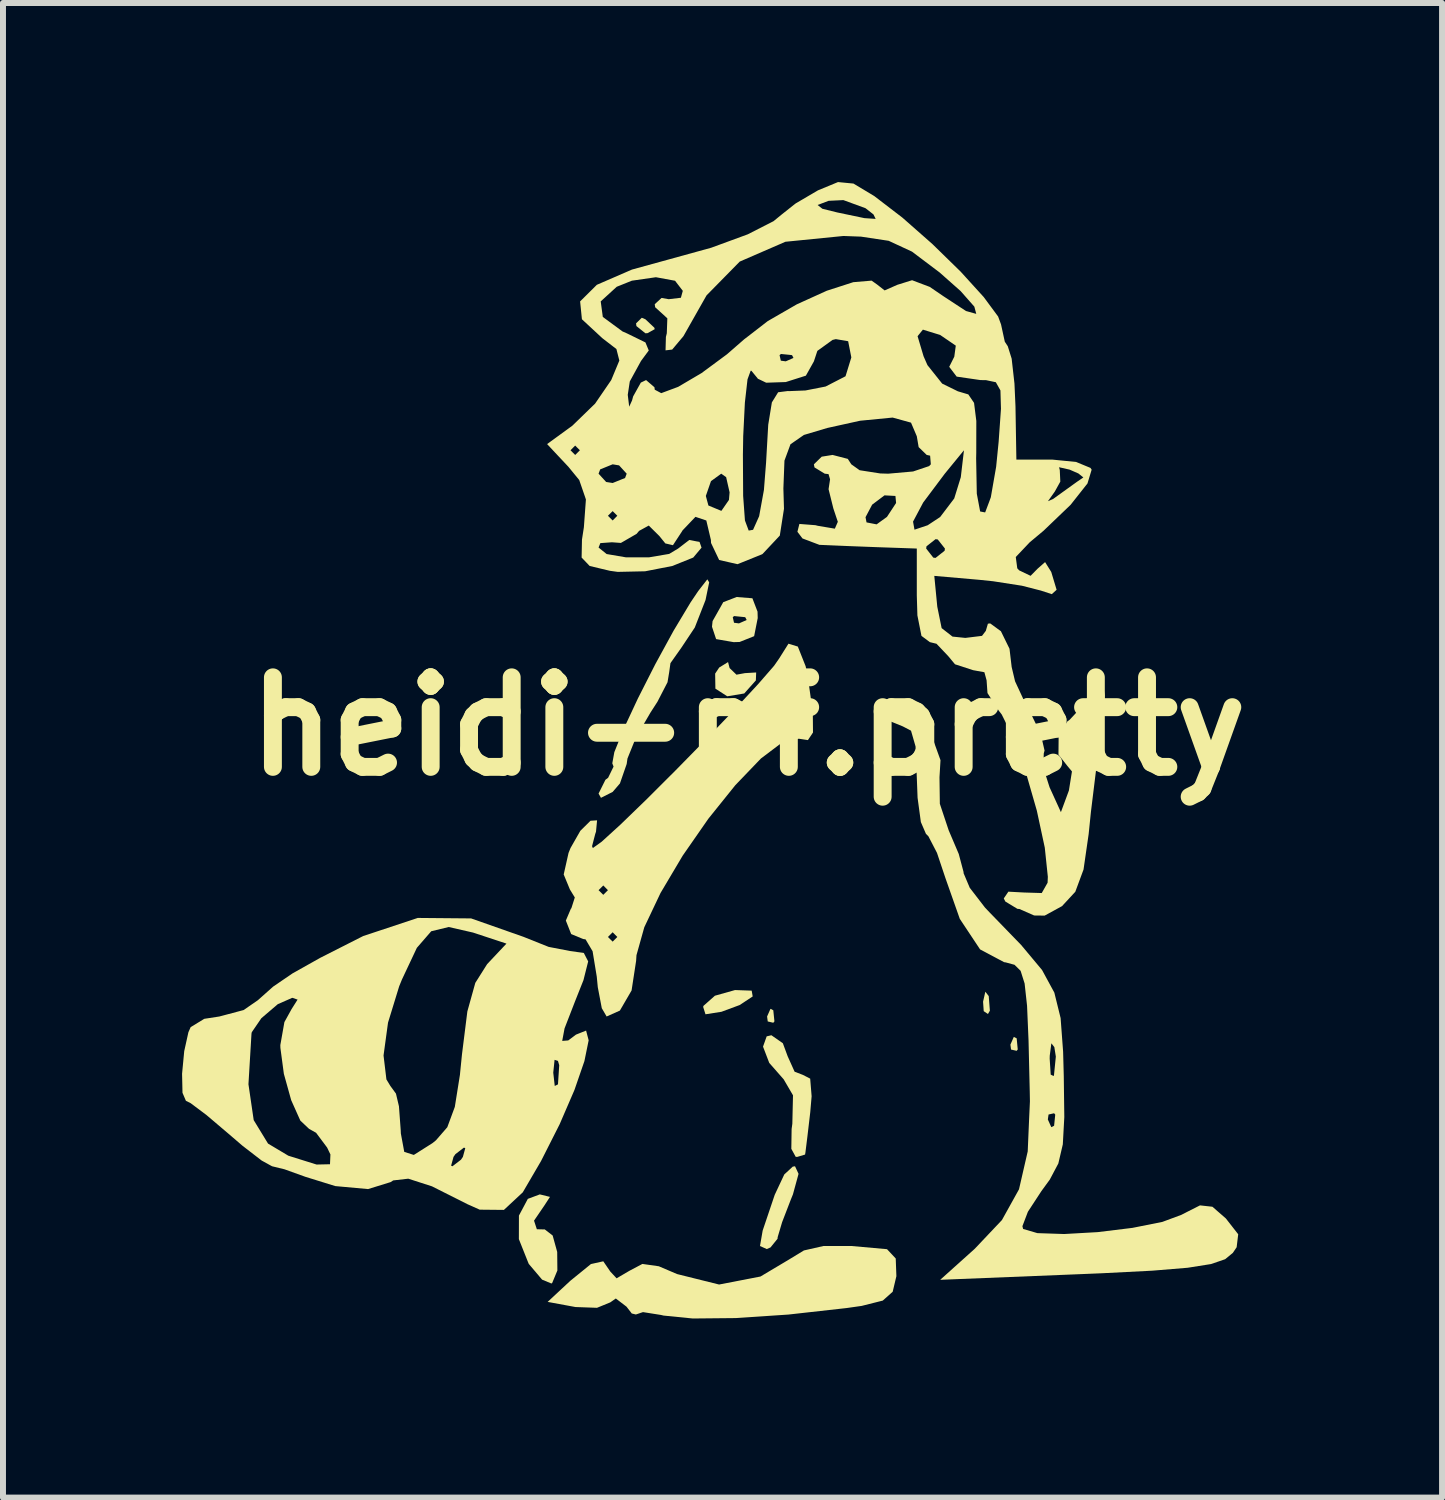
<source format=kicad_pcb>
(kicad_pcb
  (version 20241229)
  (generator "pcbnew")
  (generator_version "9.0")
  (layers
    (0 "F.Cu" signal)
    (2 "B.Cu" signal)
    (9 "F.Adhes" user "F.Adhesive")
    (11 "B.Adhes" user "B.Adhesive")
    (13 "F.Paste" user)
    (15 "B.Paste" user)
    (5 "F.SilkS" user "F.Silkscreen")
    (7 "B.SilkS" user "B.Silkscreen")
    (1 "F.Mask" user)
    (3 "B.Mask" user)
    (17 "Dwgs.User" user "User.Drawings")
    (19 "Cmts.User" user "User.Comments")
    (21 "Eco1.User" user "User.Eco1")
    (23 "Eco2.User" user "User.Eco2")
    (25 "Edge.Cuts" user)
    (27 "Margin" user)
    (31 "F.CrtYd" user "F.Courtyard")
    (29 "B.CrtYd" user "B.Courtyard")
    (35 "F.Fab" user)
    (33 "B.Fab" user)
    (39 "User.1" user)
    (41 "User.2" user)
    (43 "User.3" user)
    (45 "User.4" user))
  (footprint "heidi-pf.pretty"
    (layer "F.Cu")
    (at 9.486 9.118)
    (property "Reference" "heidi-pf.pretty" (at 0 0 0) (layer "F.SilkS") (effects (font (size 1.5 1.5) (thickness 0.3))))
    (attr board_only exclude_from_pos_files exclude_from_bom)
    (fp_poly (pts (xy 0.418 4.756) (xy 0.437 4.942) (xy 0.418 4.965) (xy 0.325 4.943) (xy 0.314 4.86) (xy 0.371 4.731)) (stroke (width 0) (type solid)) (fill yes) (layer "F.SilkS"))
    (fp_poly (pts (xy 4.027 4.518) (xy 4.046 4.763) (xy 4.014 4.818) (xy 3.943 4.771) (xy 3.932 4.612) (xy 3.97 4.445)) (stroke (width 0) (type solid)) (fill yes) (layer "F.SilkS"))
    (fp_poly (pts (xy 4.495 5.226) (xy 4.513 5.412) (xy 4.495 5.435) (xy 4.401 5.414) (xy 4.39 5.331) (xy 4.447 5.202)) (stroke (width 0) (type solid)) (fill yes) (layer "F.SilkS"))
    (fp_poly (pts (xy -1.725 -6.82) (xy -1.575 -6.679) (xy -1.568 -6.654) (xy -1.689 -6.587) (xy -1.725 -6.585) (xy -1.875 -6.706) (xy -1.881 -6.751) (xy -1.785 -6.845)) (stroke (width 0) (type solid)) (fill yes) (layer "F.SilkS"))
    (fp_poly (pts (xy 0.056 4.427) (xy 0.073 4.524) (xy -0.145 4.668) (xy -0.45 4.781) (xy -0.718 4.823) (xy -0.757 4.699) (xy -0.751 4.681) (xy -0.56 4.512) (xy -0.223 4.417)) (stroke (width 0) (type solid)) (fill yes) (layer "F.SilkS"))
    (fp_poly (pts (xy -0.314 -0.977) (xy -0.199 -0.866) (xy -0.057 -0.892) (xy 0.131 -0.903) (xy 0.126 -0.77) (xy -0.069 -0.551) (xy -0.353 -0.504) (xy -0.552 -0.632) (xy -0.556 -0.884) (xy -0.488 -0.986) (xy -0.34 -1.077)) (stroke (width 0) (type solid)) (fill yes) (layer "F.SilkS"))
    (fp_poly (pts (xy 0.841 7.496) (xy 0.747 7.84) (xy 0.714 7.921) (xy 0.566 8.305) (xy 0.491 8.557) (xy 0.489 8.583) (xy 0.372 8.728) (xy 0.309 8.756) (xy 0.195 8.705) (xy 0.24 8.446) (xy 0.442 7.847) (xy 0.602 7.506) (xy 0.744 7.375) (xy 0.782 7.369)) (stroke (width 0) (type solid)) (fill yes) (layer "F.SilkS"))
    (fp_poly (pts (xy -3.323 7.882) (xy -3.418 8.028) (xy -3.59 8.28) (xy -3.543 8.424) (xy -3.41 8.427) (xy -3.278 8.529) (xy -3.202 8.804) (xy -3.199 9.115) (xy -3.286 9.324) (xy -3.299 9.333) (xy -3.455 9.268) (xy -3.671 9.013) (xy -3.681 8.999) (xy -3.844 8.59) (xy -3.843 8.195) (xy -3.694 7.915) (xy -3.493 7.84)) (stroke (width 0) (type solid)) (fill yes) (layer "F.SilkS"))
    (fp_poly (pts (xy 0.068 -2.146) (xy 0.154 -1.922) (xy 0.157 -1.814) (xy 0.097 -1.511) (xy -0.146 -1.414) (xy -0.246 -1.411) (xy -0.54 -1.462) (xy -0.609 -1.669) (xy -0.599 -1.764) (xy -0.562 -1.829) (xy -0.261 -1.829) (xy -0.24 -1.736) (xy -0.157 -1.725) (xy -0.028 -1.782) (xy -0.052 -1.829) (xy -0.238 -1.848) (xy -0.261 -1.829) (xy -0.562 -1.829) (xy -0.42 -2.081) (xy -0.196 -2.167)) (stroke (width 0) (type solid)) (fill yes) (layer "F.SilkS"))
    (fp_poly (pts (xy 0.578 5.308) (xy 0.659 5.527) (xy 0.775 5.785) (xy 0.913 5.838) (xy 1.036 5.901) (xy 1.06 6.196) (xy 1.037 6.465) (xy 0.988 6.882) (xy 0.956 7.14) (xy 0.95 7.173) (xy 0.819 7.212) (xy 0.794 7.212) (xy 0.72 7.077) (xy 0.725 6.744) (xy 0.737 6.657) (xy 0.748 6.18) (xy 0.592 5.913) (xy 0.35 5.637) (xy 0.246 5.365) (xy 0.307 5.193) (xy 0.386 5.174)) (stroke (width 0) (type solid)) (fill yes) (layer "F.SilkS"))
    (fp_poly (pts (xy -0.656 -2.413) (xy -0.717 -2.117) (xy -0.897 -1.656) (xy -1.12 -1.321) (xy -1.305 -1.059) (xy -1.326 -0.908) (xy -1.354 -0.739) (xy -1.523 -0.412) (xy -1.639 -0.232) (xy -1.883 0.187) (xy -2.025 0.539) (xy -2.038 0.63) (xy -2.151 0.956) (xy -2.273 1.098) (xy -2.469 1.197) (xy -2.509 1.126) (xy -2.394 0.895) (xy -2.349 0.861) (xy -2.258 0.674) (xy -2.279 0.619) (xy -2.245 0.432) (xy -2.09 0.046) (xy -1.849 -0.47) (xy -1.558 -1.043) (xy -1.252 -1.603) (xy -0.967 -2.078) (xy -0.839 -2.268) (xy -0.687 -2.463)) (stroke (width 0) (type solid)) (fill yes) (layer "F.SilkS"))
    (fp_poly (pts (xy 1.732 8.705) (xy 2.323 8.758) (xy 2.469 8.914) (xy 2.48 9.21) (xy 2.418 9.471) (xy 2.252 9.619) (xy 1.899 9.708) (xy 1.646 9.744) (xy 0.672 9.853) (xy -0.21 9.912) (xy -0.931 9.919) (xy -1.421 9.87) (xy -1.462 9.86) (xy -1.765 9.812) (xy -1.884 9.852) (xy -1.953 9.835) (xy -2.041 9.721) (xy -2.22 9.584) (xy -2.313 9.649) (xy -2.535 9.74) (xy -2.896 9.727) (xy -3.362 9.641) (xy -2.984 9.289) (xy -2.637 9.007) (xy -2.43 8.961) (xy -2.312 9.133) (xy -2.207 9.246) (xy -1.994 9.121) (xy -1.775 9.005) (xy -1.5 9.044) (xy -1.193 9.175) (xy -0.49 9.35) (xy 0.203 9.216) (xy 0.668 8.939) (xy 0.931 8.779) (xy 1.257 8.705)) (stroke (width 0) (type solid)) (fill yes) (layer "F.SilkS"))
    (fp_poly (pts (xy 0.829 -1.337) (xy 0.96 -1.007) (xy 0.997 -0.823) (xy 1.08 -0.232) (xy 1.083 0.103) (xy 0.998 0.23) (xy 0.846 0.207) (xy 0.579 0.26) (xy 0.211 0.538) (xy -0.218 0.985) (xy -0.669 1.546) (xy -1.1 2.166) (xy -1.471 2.791) (xy -1.743 3.365) (xy -1.874 3.833) (xy -1.88 3.928) (xy -1.956 4.424) (xy -2.152 4.761) (xy -2.374 4.86) (xy -2.455 4.721) (xy -2.522 4.369) (xy -2.539 4.194) (xy -2.609 3.767) (xy -2.727 3.568) (xy -2.768 3.562) (xy -2.85 3.528) (xy -2.352 3.528) (xy -2.273 3.606) (xy -2.195 3.528) (xy -2.273 3.449) (xy -2.352 3.528) (xy -2.85 3.528) (xy -2.968 3.479) (xy -3.057 3.253) (xy -2.972 3.053) (xy -2.965 3.048) (xy -2.907 2.866) (xy -2.982 2.744) (xy -2.509 2.744) (xy -2.43 2.822) (xy -2.352 2.744) (xy -2.43 2.665) (xy -2.509 2.744) (xy -2.982 2.744) (xy -2.99 2.73) (xy -3.093 2.481) (xy -3.012 2.12) (xy -2.979 2.038) (xy -2.814 1.749) (xy -2.644 1.581) (xy -2.534 1.574) (xy -2.552 1.765) (xy -2.565 1.803) (xy -2.618 2.007) (xy -2.605 2.038) (xy -2.457 1.932) (xy -2.144 1.647) (xy -1.716 1.233) (xy -1.222 0.74) (xy -0.711 0.219) (xy -0.232 -0.281) (xy 0.165 -0.709) (xy 0.431 -1.015) (xy 0.516 -1.137) (xy 0.672 -1.385)) (stroke (width 0) (type solid)) (fill yes) (layer "F.SilkS"))
    (fp_poly (pts (xy 2.669 -0.27) (xy 2.932 -0.065) (xy 3.043 0.078) (xy 3.219 0.566) (xy 3.202 0.854) (xy 3.208 1.297) (xy 3.356 1.741) (xy 3.525 2.138) (xy 3.605 2.439) (xy 3.606 2.46) (xy 3.709 2.704) (xy 3.964 3.035) (xy 4.037 3.112) (xy 4.57 3.662) (xy 4.92 4.081) (xy 5.126 4.46) (xy 5.231 4.886) (xy 5.273 5.451) (xy 5.284 5.86) (xy 5.293 6.544) (xy 5.268 7.002) (xy 5.193 7.322) (xy 5.05 7.592) (xy 4.91 7.784) (xy 4.683 8.131) (xy 4.591 8.373) (xy 4.603 8.419) (xy 4.842 8.489) (xy 5.291 8.504) (xy 5.854 8.472) (xy 6.434 8.401) (xy 6.935 8.301) (xy 7.248 8.185) (xy 7.566 8.024) (xy 7.774 8.047) (xy 7.999 8.243) (xy 8.206 8.508) (xy 8.18 8.725) (xy 8.116 8.82) (xy 7.987 8.926) (xy 7.751 9.007) (xy 7.36 9.069) (xy 6.768 9.118) (xy 5.926 9.161) (xy 5.566 9.176) (xy 3.214 9.271) (xy 3.793 8.751) (xy 4.248 8.27) (xy 4.534 7.755) (xy 4.68 7.12) (xy 4.703 6.585) (xy 5.017 6.585) (xy 5.075 6.714) (xy 5.122 6.69) (xy 5.141 6.504) (xy 5.122 6.481) (xy 5.029 6.502) (xy 5.017 6.585) (xy 4.703 6.585) (xy 4.717 6.281) (xy 4.714 6.115) (xy 4.701 5.566) (xy 5.048 5.566) (xy 5.065 5.834) (xy 5.114 5.857) (xy 5.12 5.843) (xy 5.151 5.532) (xy 5.126 5.373) (xy 5.076 5.309) (xy 5.049 5.517) (xy 5.048 5.566) (xy 4.701 5.566) (xy 4.694 5.266) (xy 4.669 4.68) (xy 4.628 4.307) (xy 4.561 4.095) (xy 4.459 3.994) (xy 4.312 3.954) (xy 4.284 3.95) (xy 3.882 3.736) (xy 3.542 3.224) (xy 3.301 2.54) (xy 3.16 2.119) (xy 3.016 1.841) (xy 2.975 1.8) (xy 2.89 1.603) (xy 2.835 1.196) (xy 2.822 0.853) (xy 2.801 0.336) (xy 2.725 0.072) (xy 2.587 -0.000001) (xy 2.378 -0.085) (xy 2.352 -0.157) (xy 2.446 -0.311)) (stroke (width 0) (type solid)) (fill yes) (layer "F.SilkS"))
    (fp_poly (pts (xy -4.644 3.217) (xy -3.768 3.525) (xy -3.345 3.694) (xy -2.987 3.763) (xy -2.756 3.796) (xy -2.683 3.937) (xy -2.762 4.251) (xy -2.901 4.601) (xy -3.079 5.06) (xy -3.118 5.269) (xy -3.017 5.261) (xy -2.888 5.164) (xy -2.718 5.096) (xy -2.675 5.259) (xy -2.746 5.607) (xy -2.913 6.091) (xy -3.161 6.665) (xy -3.473 7.282) (xy -3.779 7.806) (xy -4.095 8.1) (xy -4.5 8.096) (xy -4.704 8.005) (xy -5.3 7.705) (xy -5.697 7.577) (xy -5.949 7.606) (xy -5.992 7.634) (xy -6.37 7.751) (xy -6.919 7.701) (xy -7.419 7.546) (xy -7.769 7.42) (xy -7.978 7.369) (xy -7.997 7.359) (xy -4.979 7.359) (xy -4.957 7.369) (xy -4.814 7.259) (xy -4.782 7.212) (xy -4.742 7.066) (xy -4.764 7.056) (xy -4.907 7.166) (xy -4.939 7.212) (xy -4.979 7.359) (xy -7.997 7.359) (xy -8.153 7.273) (xy -8.473 7.026) (xy -8.713 6.82) (xy -9.076 6.512) (xy -9.341 6.313) (xy -9.422 6.272) (xy -9.479 6.138) (xy -9.482 5.995) (xy -8.374 5.995) (xy -8.286 6.596) (xy -8.046 6.989) (xy -7.706 7.192) (xy -7.233 7.34) (xy -7.008 7.335) (xy -7.001 7.171) (xy -7.056 7.056) (xy -7.241 6.808) (xy -7.359 6.742) (xy -7.505 6.604) (xy -7.658 6.262) (xy -7.781 5.82) (xy -7.822 5.513) (xy -6.111 5.513) (xy -6.063 5.914) (xy -5.997 6.023) (xy -5.903 6.152) (xy -5.853 6.364) (xy -5.823 6.769) (xy -5.821 6.82) (xy -5.764 7.128) (xy -5.604 7.179) (xy -5.294 6.983) (xy -5.233 6.934) (xy -5.043 6.715) (xy -4.917 6.374) (xy -4.831 5.835) (xy -4.828 5.801) (xy -3.268 5.801) (xy -3.243 6.024) (xy -3.189 5.997) (xy -3.168 5.676) (xy -3.189 5.605) (xy -3.246 5.586) (xy -3.268 5.801) (xy -4.828 5.801) (xy -4.797 5.493) (xy -4.707 4.775) (xy -4.574 4.297) (xy -4.377 3.985) (xy -4.374 3.981) (xy -4.052 3.639) (xy -4.612 3.454) (xy -5.019 3.361) (xy -5.312 3.432) (xy -5.553 3.71) (xy -5.803 4.241) (xy -5.849 4.354) (xy -6.036 4.963) (xy -6.111 5.513) (xy -7.822 5.513) (xy -7.839 5.385) (xy -7.84 5.339) (xy -7.772 4.954) (xy -7.651 4.735) (xy -7.551 4.577) (xy -7.64 4.547) (xy -7.883 4.654) (xy -8.158 4.889) (xy -8.318 5.123) (xy -8.323 5.146) (xy -8.374 5.995) (xy -9.482 5.995) (xy -9.486 5.82) (xy -9.45 5.441) (xy -9.38 5.124) (xy -9.342 5.038) (xy -9.114 4.899) (xy -8.861 4.86) (xy -8.455 4.752) (xy -8.216 4.587) (xy -7.961 4.36) (xy -7.636 4.138) (xy -7.169 3.876) (xy -6.489 3.531) (xy -6.451 3.512) (xy -5.538 3.209)) (stroke (width 0) (type solid)) (fill yes) (layer "F.SilkS"))
    (fp_poly (pts (xy 1.761 -9.093) (xy 2.104 -8.887) (xy 2.109 -8.884) (xy 2.581 -8.522) (xy 3.083 -8.08) (xy 3.557 -7.617) (xy 3.943 -7.192) (xy 4.184 -6.866) (xy 4.233 -6.734) (xy 4.296 -6.444) (xy 4.346 -6.368) (xy 4.411 -6.16) (xy 4.458 -5.742) (xy 4.475 -5.362) (xy 4.49 -4.469) (xy 5.092 -4.469) (xy 5.492 -4.429) (xy 5.731 -4.33) (xy 5.751 -4.3) (xy 5.681 -4.069) (xy 5.398 -3.711) (xy 4.945 -3.277) (xy 4.713 -3.083) (xy 4.48 -2.837) (xy 4.505 -2.648) (xy 4.536 -2.614) (xy 4.728 -2.522) (xy 4.845 -2.641) (xy 4.971 -2.752) (xy 5.074 -2.587) (xy 5.164 -2.288) (xy 5.083 -2.215) (xy 4.9 -2.275) (xy 4.583 -2.356) (xy 4.1 -2.431) (xy 3.87 -2.455) (xy 3.115 -2.521) (xy 3.165 -2.005) (xy 3.238 -1.646) (xy 3.42 -1.504) (xy 3.635 -1.482) (xy 3.914 -1.516) (xy 3.978 -1.6) (xy 4.013 -1.72) (xy 4.051 -1.725) (xy 4.231 -1.594) (xy 4.375 -1.3) (xy 4.411 -0.995) (xy 4.468 -0.755) (xy 4.643 -0.378) (xy 4.713 -0.255) (xy 4.898 0.127) (xy 4.962 0.405) (xy 4.949 0.453) (xy 4.941 0.691) (xy 5.046 1.02) (xy 5.236 1.437) (xy 5.37 1.074) (xy 5.421 0.755) (xy 5.339 0.656) (xy 5.195 0.473) (xy 5.198 0.175) (xy 5.341 -0.08) (xy 5.382 -0.11) (xy 5.615 -0.36) (xy 5.691 -0.51) (xy 5.829 -0.774) (xy 5.928 -0.764) (xy 5.971 -0.52) (xy 5.942 -0.081) (xy 5.924 0.039) (xy 5.83 0.69) (xy 5.739 1.431) (xy 5.701 1.803) (xy 5.615 2.398) (xy 5.477 2.771) (xy 5.255 3.011) (xy 4.964 3.17) (xy 4.788 3.168) (xy 4.54 3.059) (xy 4.508 3.057) (xy 4.305 2.934) (xy 4.279 2.882) (xy 4.356 2.769) (xy 4.619 2.783) (xy 4.915 2.792) (xy 5.013 2.619) (xy 5.017 2.52) (xy 4.966 2.032) (xy 4.833 1.413) (xy 4.647 0.766) (xy 4.441 0.194) (xy 4.244 -0.2) (xy 4.195 -0.263) (xy 4.006 -0.558) (xy 3.991 -0.772) (xy 3.954 -0.907) (xy 3.767 -0.941) (xy 3.462 -1.04) (xy 3.349 -1.176) (xy 3.152 -1.384) (xy 3.041 -1.411) (xy 2.9 -1.516) (xy 2.832 -1.859) (xy 2.822 -2.195) (xy 2.822 -2.979) (xy 2.979 -2.979) (xy 3.098 -2.827) (xy 3.136 -2.822) (xy 3.288 -2.942) (xy 3.293 -2.979) (xy 3.173 -3.131) (xy 3.136 -3.136) (xy 2.984 -3.016) (xy 2.979 -2.979) (xy 2.822 -2.979) (xy 2.156 -3.002) (xy 1.661 -3.021) (xy 1.26 -3.038) (xy 1.19 -3.041) (xy 0.907 -3.148) (xy 0.822 -3.26) (xy 0.855 -3.391) (xy 1.125 -3.37) (xy 1.163 -3.36) (xy 1.449 -3.312) (xy 1.499 -3.427) (xy 1.473 -3.504) (xy 1.963 -3.504) (xy 1.98 -3.417) (xy 2.149 -3.384) (xy 2.212 -3.43) (xy 2.759 -3.43) (xy 2.783 -3.295) (xy 3.004 -3.369) (xy 3.213 -3.507) (xy 3.449 -3.818) (xy 3.559 -4.174) (xy 3.612 -4.625) (xy 3.291 -4.233) (xy 2.929 -3.75) (xy 2.759 -3.43) (xy 2.212 -3.43) (xy 2.322 -3.509) (xy 2.475 -3.742) (xy 2.464 -3.86) (xy 2.281 -3.87) (xy 2.074 -3.714) (xy 1.963 -3.504) (xy 1.473 -3.504) (xy 1.424 -3.651) (xy 1.344 -3.973) (xy 1.369 -4.139) (xy 1.343 -4.226) (xy 1.28 -4.233) (xy 1.108 -4.338) (xy 1.098 -4.39) (xy 1.229 -4.518) (xy 1.411 -4.547) (xy 1.666 -4.481) (xy 1.725 -4.39) (xy 1.864 -4.291) (xy 2.21 -4.237) (xy 2.343 -4.233) (xy 2.76 -4.27) (xy 3.028 -4.36) (xy 3.057 -4.39) (xy 3.045 -4.535) (xy 2.988 -4.547) (xy 2.853 -4.678) (xy 2.822 -4.86) (xy 2.725 -5.088) (xy 2.417 -5.173) (xy 1.872 -5.12) (xy 1.324 -4.999) (xy 0.931 -4.882) (xy 0.706 -4.726) (xy 0.605 -4.452) (xy 0.587 -3.984) (xy 0.597 -3.645) (xy 0.527 -3.196) (xy 0.239 -2.889) (xy 0.23 -2.883) (xy -0.181 -2.717) (xy -0.489 -2.787) (xy -0.625 -3.073) (xy -0.627 -3.122) (xy -0.704 -3.449) (xy -0.886 -3.51) (xy -1.103 -3.282) (xy -1.11 -3.269) (xy -1.263 -3.035) (xy -1.391 -3.065) (xy -1.49 -3.188) (xy -1.668 -3.364) (xy -1.83 -3.275) (xy -1.872 -3.225) (xy -2.135 -3.073) (xy -2.285 -3.084) (xy -2.479 -3.07) (xy -2.509 -2.996) (xy -2.374 -2.887) (xy -2.052 -2.832) (xy -1.662 -2.832) (xy -1.326 -2.889) (xy -1.176 -2.979) (xy -0.989 -3.123) (xy -0.817 -3.089) (xy -0.784 -2.994) (xy -0.923 -2.828) (xy -1.273 -2.687) (xy -1.729 -2.598) (xy -2.188 -2.588) (xy -2.319 -2.606) (xy -2.658 -2.687) (xy -2.793 -2.828) (xy -2.787 -3.129) (xy -2.755 -3.336) (xy -2.741 -3.528) (xy -2.352 -3.528) (xy -2.273 -3.449) (xy -2.195 -3.528) (xy -2.273 -3.606) (xy -2.352 -3.528) (xy -2.741 -3.528) (xy -2.721 -3.801) (xy -2.741 -3.86) (xy -0.712 -3.86) (xy -0.669 -3.7) (xy -0.452 -3.61) (xy -0.325 -3.793) (xy -0.314 -3.92) (xy -0.372 -4.175) (xy -0.454 -4.233) (xy -0.626 -4.108) (xy -0.712 -3.86) (xy -2.741 -3.86) (xy -2.833 -4.127) (xy -2.92 -4.233) (xy -2.509 -4.233) (xy -2.382 -4.094) (xy -2.273 -4.077) (xy -2.065 -4.161) (xy -2.038 -4.233) (xy -2.165 -4.372) (xy -2.273 -4.39) (xy -2.482 -4.305) (xy -2.509 -4.233) (xy -2.92 -4.233) (xy -3.013 -4.347) (xy -3.274 -4.625) (xy -2.979 -4.625) (xy -2.901 -4.547) (xy -2.898 -4.549) (xy -0.091 -4.549) (xy -0.087 -3.86) (xy -0.057 -3.449) (xy 0.006 -3.28) (xy 0.079 -3.293) (xy 0.181 -3.521) (xy 0.261 -3.96) (xy 0.297 -4.418) (xy 0.333 -5.052) (xy 0.394 -5.427) (xy 0.499 -5.597) (xy 0.665 -5.618) (xy 0.678 -5.616) (xy 0.957 -5.627) (xy 1.294 -5.693) (xy 1.628 -5.865) (xy 1.725 -6.18) (xy 1.725 -6.182) (xy 1.672 -6.452) (xy 1.466 -6.487) (xy 1.411 -6.474) (xy 1.156 -6.29) (xy 1.098 -6.114) (xy 0.964 -5.875) (xy 0.627 -5.768) (xy 0.299 -5.757) (xy 0.157 -5.825) (xy 0.157 -5.828) (xy 0.051 -5.957) (xy 0.039 -5.958) (xy -0.014 -5.813) (xy -0.058 -5.424) (xy -0.086 -4.862) (xy -0.091 -4.549) (xy -2.898 -4.549) (xy -2.822 -4.625) (xy -2.901 -4.704) (xy -2.979 -4.625) (xy -3.274 -4.625) (xy -3.371 -4.729) (xy -2.948 -5.037) (xy -2.567 -5.407) (xy -2.297 -5.801) (xy -2.161 -6.128) (xy -2.21 -6.321) (xy -2.446 -6.503) (xy -2.788 -6.82) (xy -2.818 -7.119) (xy -2.818 -7.119) (xy -2.473 -7.119) (xy -2.438 -6.859) (xy -2.108 -6.616) (xy -2.033 -6.583) (xy -1.724 -6.432) (xy -1.668 -6.297) (xy -1.798 -6.121) (xy -1.986 -5.778) (xy -2.02 -5.554) (xy -1.996 -5.355) (xy -1.948 -5.46) (xy -1.93 -5.527) (xy -1.801 -5.759) (xy -1.713 -5.801) (xy -1.573 -5.681) (xy -1.568 -5.64) (xy -1.459 -5.582) (xy -1.175 -5.688) (xy -0.783 -5.919) (xy -0.377 -6.219) (xy 0.523 -6.219) (xy 0.544 -6.126) (xy 0.627 -6.115) (xy 0.756 -6.172) (xy 0.732 -6.219) (xy 0.546 -6.238) (xy 0.523 -6.219) (xy -0.377 -6.219) (xy -0.35 -6.24) (xy -0.07 -6.484) (xy -0.002 -6.536) (xy 2.835 -6.536) (xy 2.935 -6.201) (xy 3 -6.052) (xy 3.247 -5.742) (xy 3.51 -5.613) (xy 3.685 -5.561) (xy 3.781 -5.419) (xy 3.819 -5.116) (xy 3.818 -4.581) (xy 3.816 -4.49) (xy 3.827 -3.898) (xy 3.883 -3.6) (xy 3.967 -3.584) (xy 4.038 -3.772) (xy 5.019 -3.772) (xy 5.105 -3.809) (xy 5.252 -3.915) (xy 5.508 -4.099) (xy 5.612 -4.17) (xy 5.53 -4.236) (xy 5.382 -4.301) (xy 5.205 -4.341) (xy 5.217 -4.295) (xy 5.226 -4.1) (xy 5.134 -3.934) (xy 5.019 -3.772) (xy 4.038 -3.772) (xy 4.062 -3.838) (xy 4.151 -4.348) (xy 4.193 -4.768) (xy 4.232 -5.319) (xy 4.223 -5.628) (xy 4.146 -5.765) (xy 3.981 -5.8) (xy 3.889 -5.801) (xy 3.49 -5.859) (xy 3.365 -6.023) (xy 3.45 -6.193) (xy 3.475 -6.378) (xy 3.213 -6.557) (xy 2.924 -6.646) (xy 2.835 -6.536) (xy -0.002 -6.536) (xy 0.325 -6.789) (xy 0.812 -7.07) (xy 1.315 -7.298) (xy 1.758 -7.441) (xy 2.065 -7.467) (xy 2.158 -7.401) (xy 2.283 -7.303) (xy 2.496 -7.397) (xy 2.743 -7.474) (xy 3.039 -7.362) (xy 3.266 -7.207) (xy 3.646 -6.958) (xy 3.818 -6.91) (xy 3.786 -7.031) (xy 3.556 -7.292) (xy 3.204 -7.604) (xy 2.741 -7.953) (xy 2.351 -8.134) (xy 1.888 -8.204) (xy 1.593 -8.215) (xy 0.621 -8.118) (xy -0.144 -7.786) (xy -0.7 -7.22) (xy -0.856 -6.945) (xy -1.087 -6.537) (xy -1.276 -6.312) (xy -1.387 -6.299) (xy -1.381 -6.523) (xy -1.366 -6.585) (xy -1.357 -6.835) (xy -1.426 -6.899) (xy -1.561 -7.021) (xy -1.568 -7.072) (xy -1.454 -7.177) (xy -1.333 -7.156) (xy -1.13 -7.18) (xy -1.098 -7.296) (xy -1.228 -7.465) (xy -1.548 -7.524) (xy -1.951 -7.466) (xy -2.205 -7.364) (xy -2.473 -7.119) (xy -2.818 -7.119) (xy -2.538 -7.397) (xy -1.95 -7.652) (xy -1.333 -7.822) (xy -0.622 -8.018) (xy -0.009 -8.243) (xy 0.422 -8.463) (xy 0.549 -8.567) (xy 0.759 -8.734) (xy 1.16 -8.734) (xy 1.24 -8.671) (xy 1.49 -8.609) (xy 1.944 -8.514) (xy 2.133 -8.501) (xy 2.096 -8.576) (xy 1.963 -8.68) (xy 1.592 -8.816) (xy 1.345 -8.804) (xy 1.16 -8.734) (xy 0.759 -8.734) (xy 0.794 -8.761) (xy 1.164 -8.978) (xy 1.168 -8.98) (xy 1.502 -9.118)) (stroke (width 0) (type solid)) (fill yes) (layer "F.SilkS")))
  (gr_rect
    (start -3 -3)
    (end 21.107 22.037)
    (stroke (width 0.1) (type default))
    (fill no)
    (layer "Edge.Cuts")))
</source>
